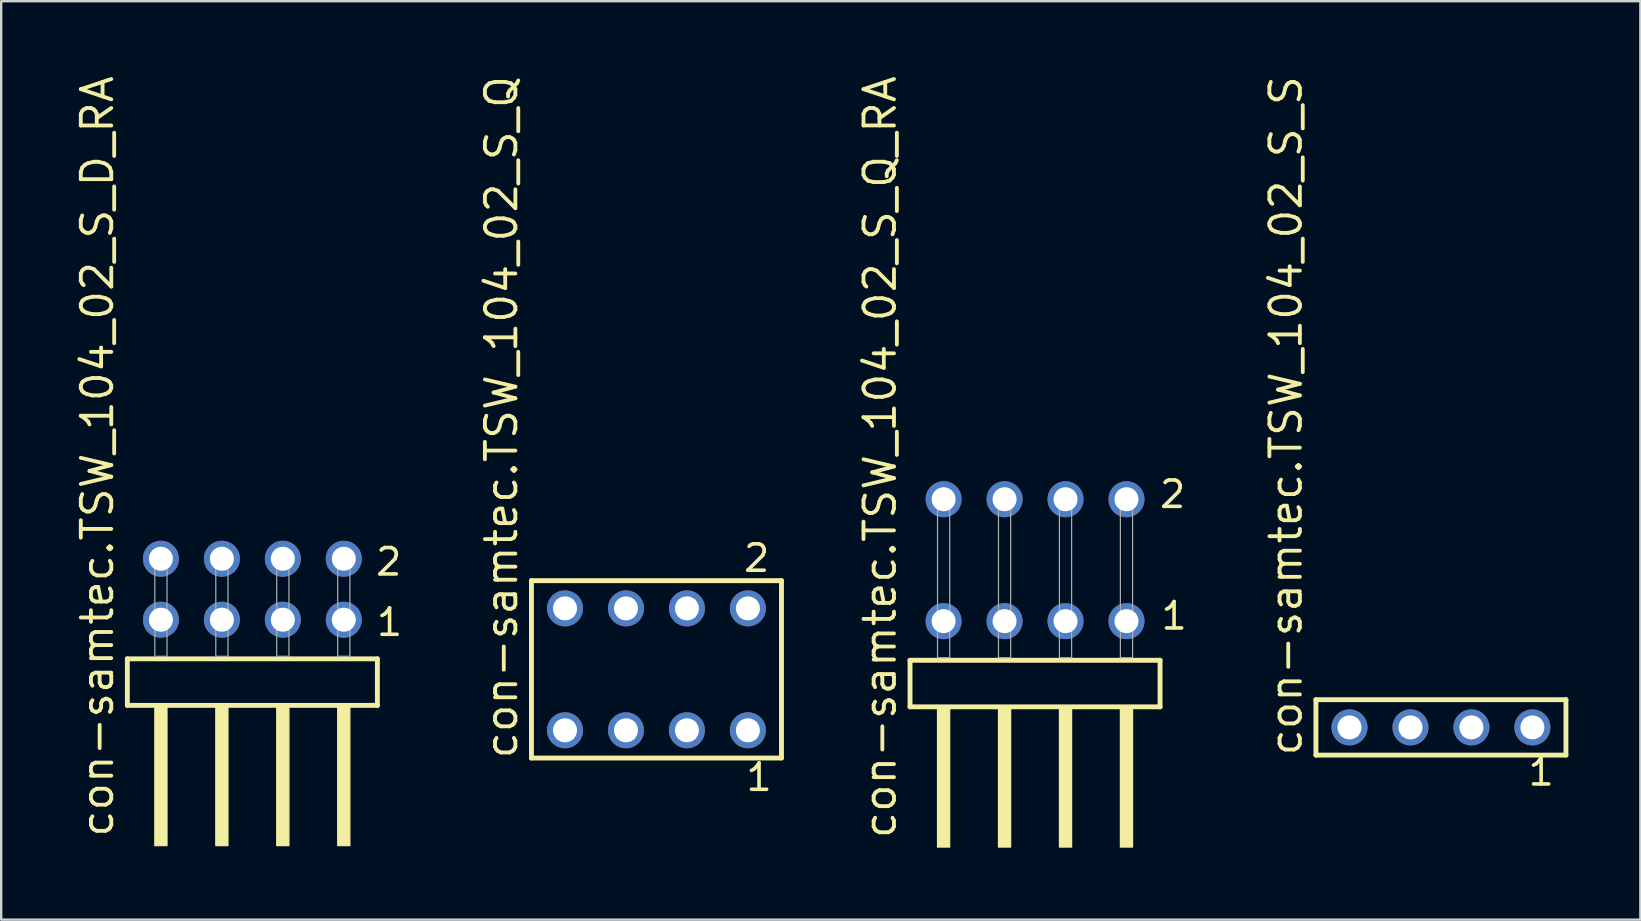
<source format=kicad_pcb>
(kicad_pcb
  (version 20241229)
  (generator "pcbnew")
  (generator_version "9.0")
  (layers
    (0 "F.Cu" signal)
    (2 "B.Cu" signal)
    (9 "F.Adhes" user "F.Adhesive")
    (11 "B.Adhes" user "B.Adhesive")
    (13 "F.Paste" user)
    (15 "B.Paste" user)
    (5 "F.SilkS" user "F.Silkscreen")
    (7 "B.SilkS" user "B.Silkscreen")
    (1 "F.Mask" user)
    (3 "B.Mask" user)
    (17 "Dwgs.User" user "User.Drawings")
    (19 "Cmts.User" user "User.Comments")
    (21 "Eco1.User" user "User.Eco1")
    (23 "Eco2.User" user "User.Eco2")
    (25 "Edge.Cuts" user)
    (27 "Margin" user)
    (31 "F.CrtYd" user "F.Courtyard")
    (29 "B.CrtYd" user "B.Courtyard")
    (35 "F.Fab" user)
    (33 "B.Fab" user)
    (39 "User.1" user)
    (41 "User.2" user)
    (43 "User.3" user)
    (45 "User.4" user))
  (footprint "con-samtec.TSW_104_02_S_Q"
    (layer "F.Cu")
    (at 24.303 24.84)
    (property "Reference" "con-samtec.TSW_104_02_S_Q" (at -5.715 3.81 90) (layer "F.SilkS") (effects (font (size 1.27 1.27) (thickness 0.16)) (justify left bottom)))
    (attr through_hole)
    (fp_line (start -5.209 -3.695) (end 5.209 -3.695) (stroke (width 0.203) (type default)) (layer "F.SilkS"))
    (fp_line (start -5.209 3.695) (end -5.209 -3.695) (stroke (width 0.203) (type default)) (layer "F.SilkS"))
    (fp_line (start 5.209 -3.695) (end 5.209 3.695) (stroke (width 0.203) (type default)) (layer "F.SilkS"))
    (fp_line (start 5.209 3.695) (end -5.209 3.695) (stroke (width 0.203) (type default)) (layer "F.SilkS"))
    (fp_rect (start -4.16 -2.19) (end -3.46 -2.89) (stroke (width 0.05) (type default)) (fill no) (layer "F.Fab"))
    (fp_rect (start -4.16 2.89) (end -3.46 2.19) (stroke (width 0.05) (type default)) (fill no) (layer "F.Fab"))
    (fp_rect (start -1.62 -2.19) (end -0.92 -2.89) (stroke (width 0.05) (type default)) (fill no) (layer "F.Fab"))
    (fp_rect (start -1.62 2.89) (end -0.92 2.19) (stroke (width 0.05) (type default)) (fill no) (layer "F.Fab"))
    (fp_rect (start 0.92 -2.19) (end 1.62 -2.89) (stroke (width 0.05) (type default)) (fill no) (layer "F.Fab"))
    (fp_rect (start 0.92 2.89) (end 1.62 2.19) (stroke (width 0.05) (type default)) (fill no) (layer "F.Fab"))
    (fp_rect (start 3.46 -2.19) (end 4.16 -2.89) (stroke (width 0.05) (type default)) (fill no) (layer "F.Fab"))
    (fp_rect (start 3.46 2.89) (end 4.16 2.19) (stroke (width 0.05) (type default)) (fill no) (layer "F.Fab"))
    (fp_text user "1" (at 3.652 5.138 0) (layer "F.SilkS") (effects (font (size 1.1 1.1) (thickness 0.15)) (justify left bottom)))
    (fp_text user "2" (at 3.552 -3.989 0) (layer "F.SilkS") (effects (font (size 1.1 1.1) (thickness 0.15)) (justify left bottom)))
    (pad "1" thru_hole circle (at 3.81 2.54 180) (size 1.5 1.5) (drill 1) (layers "*.Cu" "*.Mask"))
    (pad "2" thru_hole circle (at 3.81 -2.54 180) (size 1.5 1.5) (drill 1) (layers "*.Cu" "*.Mask"))
    (pad "3" thru_hole circle (at 1.27 2.54 180) (size 1.5 1.5) (drill 1) (layers "*.Cu" "*.Mask"))
    (pad "4" thru_hole circle (at 1.27 -2.54 180) (size 1.5 1.5) (drill 1) (layers "*.Cu" "*.Mask"))
    (pad "5" thru_hole circle (at -1.27 2.54 180) (size 1.5 1.5) (drill 1) (layers "*.Cu" "*.Mask"))
    (pad "6" thru_hole circle (at -1.27 -2.54 180) (size 1.5 1.5) (drill 1) (layers "*.Cu" "*.Mask"))
    (pad "7" thru_hole circle (at -3.81 2.54 180) (size 1.5 1.5) (drill 1) (layers "*.Cu" "*.Mask"))
    (pad "8" thru_hole circle (at -3.81 -2.54 180) (size 1.5 1.5) (drill 1) (layers "*.Cu" "*.Mask")))
  (footprint "con-samtec.TSW_104_02_S_S"
    (layer "F.Cu")
    (at 56.991 27.259)
    (property "Reference" "con-samtec.TSW_104_02_S_S" (at -5.715 1.27 90) (layer "F.SilkS") (effects (font (size 1.27 1.27) (thickness 0.16)) (justify left bottom)))
    (attr through_hole)
    (fp_line (start -5.209 -1.155) (end 5.209 -1.155) (stroke (width 0.203) (type default)) (layer "F.SilkS"))
    (fp_line (start -5.209 1.155) (end -5.209 -1.155) (stroke (width 0.203) (type default)) (layer "F.SilkS"))
    (fp_line (start 5.209 -1.155) (end 5.209 1.155) (stroke (width 0.203) (type default)) (layer "F.SilkS"))
    (fp_line (start 5.209 1.155) (end -5.209 1.155) (stroke (width 0.203) (type default)) (layer "F.SilkS"))
    (fp_rect (start -4.16 0.35) (end -3.46 -0.35) (stroke (width 0.05) (type default)) (fill no) (layer "F.Fab"))
    (fp_rect (start -1.62 0.35) (end -0.92 -0.35) (stroke (width 0.05) (type default)) (fill no) (layer "F.Fab"))
    (fp_rect (start 0.92 0.35) (end 1.62 -0.35) (stroke (width 0.05) (type default)) (fill no) (layer "F.Fab"))
    (fp_rect (start 3.46 0.35) (end 4.16 -0.35) (stroke (width 0.05) (type default)) (fill no) (layer "F.Fab"))
    (fp_text user "1" (at 3.552 2.498 0) (layer "F.SilkS") (effects (font (size 1.1 1.1) (thickness 0.15)) (justify left bottom)))
    (pad "1" thru_hole circle (at 3.81 0 180) (size 1.5 1.5) (drill 1) (layers "*.Cu" "*.Mask"))
    (pad "2" thru_hole circle (at 1.27 0 180) (size 1.5 1.5) (drill 1) (layers "*.Cu" "*.Mask"))
    (pad "3" thru_hole circle (at -1.27 0 180) (size 1.5 1.5) (drill 1) (layers "*.Cu" "*.Mask"))
    (pad "4" thru_hole circle (at -3.81 0 180) (size 1.5 1.5) (drill 1) (layers "*.Cu" "*.Mask")))
  (footprint "con-samtec.TSW_104_02_S_D_RA"
    (layer "F.Cu")
    (at 7.465 24.296)
    (property "Reference" "con-samtec.TSW_104_02_S_D_RA" (at -5.715 7.62 90) (layer "F.SilkS") (effects (font (size 1.27 1.27) (thickness 0.16)) (justify left bottom)))
    (attr through_hole)
    (fp_line (start -5.209 0.106) (end -5.209 2.046) (stroke (width 0.203) (type default)) (layer "F.SilkS"))
    (fp_line (start -5.209 2.046) (end 5.209 2.046) (stroke (width 0.203) (type default)) (layer "F.SilkS"))
    (fp_line (start 5.209 0.106) (end -5.209 0.106) (stroke (width 0.203) (type default)) (layer "F.SilkS"))
    (fp_line (start 5.209 2.046) (end 5.209 0.106) (stroke (width 0.203) (type default)) (layer "F.SilkS"))
    (fp_rect (start -4.064 7.89) (end -3.556 2.04) (stroke (width 0.05) (type default)) (fill yes) (layer "F.SilkS"))
    (fp_rect (start -1.524 7.89) (end -1.016 2.04) (stroke (width 0.05) (type default)) (fill yes) (layer "F.SilkS"))
    (fp_rect (start 1.016 7.89) (end 1.524 2.04) (stroke (width 0.05) (type default)) (fill yes) (layer "F.SilkS"))
    (fp_rect (start 3.556 7.89) (end 4.064 2.04) (stroke (width 0.05) (type default)) (fill yes) (layer "F.SilkS"))
    (fp_rect (start -4.064 0) (end -3.556 -4.318) (stroke (width 0.05) (type default)) (fill no) (layer "F.Fab"))
    (fp_rect (start -1.524 0) (end -1.016 -4.318) (stroke (width 0.05) (type default)) (fill no) (layer "F.Fab"))
    (fp_rect (start 1.016 0) (end 1.524 -4.318) (stroke (width 0.05) (type default)) (fill no) (layer "F.Fab"))
    (fp_rect (start 3.556 0) (end 4.064 -4.318) (stroke (width 0.05) (type default)) (fill no) (layer "F.Fab"))
    (fp_text user "2" (at 5.06 -3.29 0) (layer "F.SilkS") (effects (font (size 1.1 1.1) (thickness 0.15)) (justify left bottom)))
    (fp_text user "1" (at 5.095 -0.775 0) (layer "F.SilkS") (effects (font (size 1.1 1.1) (thickness 0.15)) (justify left bottom)))
    (pad "1" thru_hole circle (at 3.81 -1.524 180) (size 1.5 1.5) (drill 1) (layers "*.Cu" "*.Mask"))
    (pad "2" thru_hole circle (at 3.81 -4.064 180) (size 1.5 1.5) (drill 1) (layers "*.Cu" "*.Mask"))
    (pad "3" thru_hole circle (at 1.27 -1.524 180) (size 1.5 1.5) (drill 1) (layers "*.Cu" "*.Mask"))
    (pad "4" thru_hole circle (at 1.27 -4.064 180) (size 1.5 1.5) (drill 1) (layers "*.Cu" "*.Mask"))
    (pad "5" thru_hole circle (at -1.27 -1.524 180) (size 1.5 1.5) (drill 1) (layers "*.Cu" "*.Mask"))
    (pad "6" thru_hole circle (at -1.27 -4.064 180) (size 1.5 1.5) (drill 1) (layers "*.Cu" "*.Mask"))
    (pad "7" thru_hole circle (at -3.81 -1.524 180) (size 1.5 1.5) (drill 1) (layers "*.Cu" "*.Mask"))
    (pad "8" thru_hole circle (at -3.81 -4.064 180) (size 1.5 1.5) (drill 1) (layers "*.Cu" "*.Mask")))
  (footprint "con-samtec.TSW_104_02_S_Q_RA"
    (layer "F.Cu")
    (at 40.078 24.356)
    (property "Reference" "con-samtec.TSW_104_02_S_Q_RA" (at -5.715 7.62 90) (layer "F.SilkS") (effects (font (size 1.27 1.27) (thickness 0.16)) (justify left bottom)))
    (attr through_hole)
    (fp_line (start -5.209 0.106) (end -5.209 2.046) (stroke (width 0.203) (type default)) (layer "F.SilkS"))
    (fp_line (start -5.209 2.046) (end 5.209 2.046) (stroke (width 0.203) (type default)) (layer "F.SilkS"))
    (fp_line (start 5.209 0.106) (end -5.209 0.106) (stroke (width 0.203) (type default)) (layer "F.SilkS"))
    (fp_line (start 5.209 2.046) (end 5.209 0.106) (stroke (width 0.203) (type default)) (layer "F.SilkS"))
    (fp_rect (start -4.064 7.89) (end -3.556 2.04) (stroke (width 0.05) (type default)) (fill yes) (layer "F.SilkS"))
    (fp_rect (start -1.524 7.89) (end -1.016 2.04) (stroke (width 0.05) (type default)) (fill yes) (layer "F.SilkS"))
    (fp_rect (start 1.016 7.89) (end 1.524 2.04) (stroke (width 0.05) (type default)) (fill yes) (layer "F.SilkS"))
    (fp_rect (start 3.556 7.89) (end 4.064 2.04) (stroke (width 0.05) (type default)) (fill yes) (layer "F.SilkS"))
    (fp_rect (start -4.064 0) (end -3.556 -6.858) (stroke (width 0.05) (type default)) (fill no) (layer "F.Fab"))
    (fp_rect (start -1.524 0) (end -1.016 -6.858) (stroke (width 0.05) (type default)) (fill no) (layer "F.Fab"))
    (fp_rect (start 1.016 0) (end 1.524 -6.858) (stroke (width 0.05) (type default)) (fill no) (layer "F.Fab"))
    (fp_rect (start 3.556 0) (end 4.064 -6.858) (stroke (width 0.05) (type default)) (fill no) (layer "F.Fab"))
    (fp_text user "1" (at 5.17 -1.1 0) (layer "F.SilkS") (effects (font (size 1.1 1.1) (thickness 0.15)) (justify left bottom)))
    (fp_text user "2" (at 5.11 -6.165 0) (layer "F.SilkS") (effects (font (size 1.1 1.1) (thickness 0.15)) (justify left bottom)))
    (pad "1" thru_hole circle (at 3.81 -1.524 180) (size 1.5 1.5) (drill 1) (layers "*.Cu" "*.Mask"))
    (pad "2" thru_hole circle (at 3.81 -6.604 180) (size 1.5 1.5) (drill 1) (layers "*.Cu" "*.Mask"))
    (pad "3" thru_hole circle (at 1.27 -1.524 180) (size 1.5 1.5) (drill 1) (layers "*.Cu" "*.Mask"))
    (pad "4" thru_hole circle (at 1.27 -6.604 180) (size 1.5 1.5) (drill 1) (layers "*.Cu" "*.Mask"))
    (pad "5" thru_hole circle (at -1.27 -1.524 180) (size 1.5 1.5) (drill 1) (layers "*.Cu" "*.Mask"))
    (pad "6" thru_hole circle (at -1.27 -6.604 180) (size 1.5 1.5) (drill 1) (layers "*.Cu" "*.Mask"))
    (pad "7" thru_hole circle (at -3.81 -1.524 180) (size 1.5 1.5) (drill 1) (layers "*.Cu" "*.Mask"))
    (pad "8" thru_hole circle (at -3.81 -6.604 180) (size 1.5 1.5) (drill 1) (layers "*.Cu" "*.Mask")))
  (gr_rect
    (start -3 -3)
    (end 65.301 35.271)
    (stroke (width 0.1) (type default))
    (fill no)
    (layer "Edge.Cuts")))
</source>
